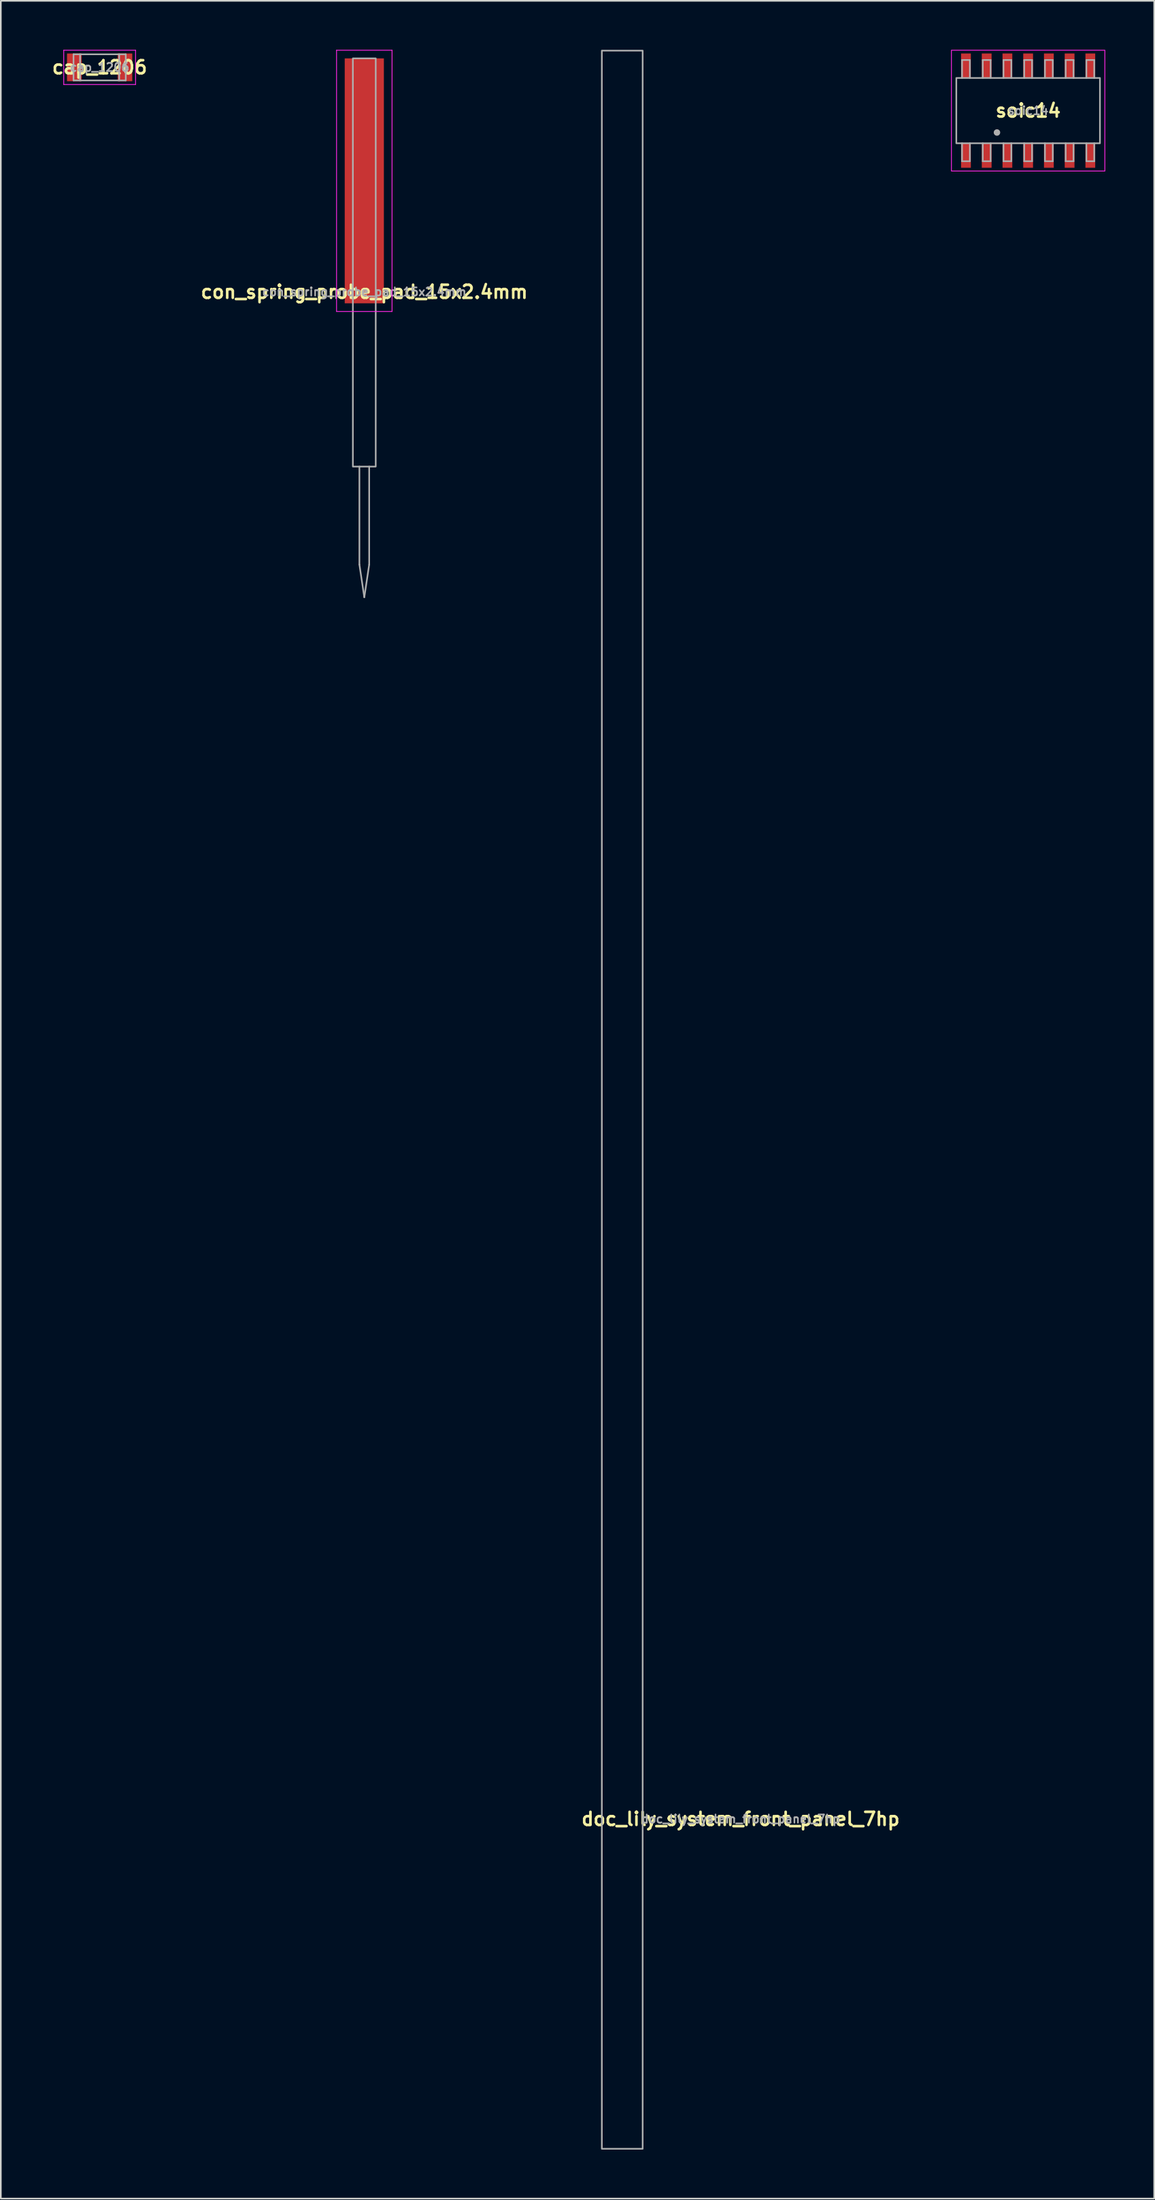
<source format=kicad_pcb>
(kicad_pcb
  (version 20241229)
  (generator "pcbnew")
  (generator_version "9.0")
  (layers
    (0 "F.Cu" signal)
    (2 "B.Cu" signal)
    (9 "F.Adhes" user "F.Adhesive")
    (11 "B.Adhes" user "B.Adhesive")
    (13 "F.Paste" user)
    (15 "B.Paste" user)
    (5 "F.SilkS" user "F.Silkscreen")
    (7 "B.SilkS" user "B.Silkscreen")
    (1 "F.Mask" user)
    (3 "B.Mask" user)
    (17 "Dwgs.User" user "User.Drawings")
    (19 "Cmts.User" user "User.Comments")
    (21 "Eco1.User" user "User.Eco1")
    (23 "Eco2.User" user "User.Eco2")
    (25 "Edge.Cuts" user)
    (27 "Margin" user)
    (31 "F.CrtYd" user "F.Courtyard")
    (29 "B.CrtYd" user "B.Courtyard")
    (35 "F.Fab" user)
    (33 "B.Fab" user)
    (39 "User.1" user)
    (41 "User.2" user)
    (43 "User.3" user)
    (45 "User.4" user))
  (footprint "doc_lily_system_front_panel_7hp"
    (layer "F.Cu")
    (at 42.324 108.35)
    (property "Reference" "doc_lily_system_front_panel_7hp" (at 0 0 0) (unlocked yes) (layer "F.SilkS") (effects (font (size 0.8 0.8) (thickness 0.16))))
    (attr exclude_from_pos_files exclude_from_bom allow_missing_courtyard)
    (fp_rect (start -8.5 -108.3) (end -6 20.2) (stroke (width 0.1) (type solid)) (fill no) (layer "F.Fab"))
    (fp_text user "${REFERENCE}" (at 0 0 0) (layer "F.Fab") (effects (font (size 0.5 0.5) (thickness 0.1)))))
  (footprint "cap_1206"
    (layer "F.Cu")
    (at 3.055 1.075)
    (property "Reference" "cap_1206" (at 0 0 0) (layer "F.SilkS") (effects (font (size 0.8 0.8) (thickness 0.16))))
    (attr smd)
    (fp_line (start -2.2 -1.05) (end 2.2 -1.05) (stroke (width 0.05) (type solid)) (layer "F.CrtYd"))
    (fp_line (start -2.2 1.05) (end -2.2 -1.05) (stroke (width 0.05) (type solid)) (layer "F.CrtYd"))
    (fp_line (start 2.2 -1.05) (end 2.2 1.05) (stroke (width 0.05) (type solid)) (layer "F.CrtYd"))
    (fp_line (start 2.2 1.05) (end -2.2 1.05) (stroke (width 0.05) (type solid)) (layer "F.CrtYd"))
    (fp_line (start -1.6 -0.8) (end 1.6 -0.8) (stroke (width 0.1) (type solid)) (layer "F.Fab"))
    (fp_line (start -1.6 0.8) (end -1.6 -0.8) (stroke (width 0.1) (type solid)) (layer "F.Fab"))
    (fp_line (start -1.2 -0.8) (end -1.2 0.8) (stroke (width 0.1) (type solid)) (layer "F.Fab"))
    (fp_line (start 1.2 -0.8) (end 1.2 0.8) (stroke (width 0.1) (type solid)) (layer "F.Fab"))
    (fp_line (start 1.6 -0.8) (end 1.6 0.8) (stroke (width 0.1) (type solid)) (layer "F.Fab"))
    (fp_line (start 1.6 0.8) (end -1.6 0.8) (stroke (width 0.1) (type solid)) (layer "F.Fab"))
    (fp_text user "${REFERENCE}" (at 0 0 0) (layer "F.Fab") (effects (font (size 0.5 0.5) (thickness 0.1))))
    (pad "1" smd rect (at -1.55 0) (size 0.9 1.7) (layers "F.Cu" "F.Mask" "F.Paste"))
    (pad "2" smd rect (at 1.55 0) (size 0.9 1.7) (layers "F.Cu" "F.Mask" "F.Paste")))
  (footprint "soic14"
    (layer "F.Cu")
    (at 59.942 3.725)
    (property "Reference" "soic14" (at 0 0 0) (unlocked yes) (layer "F.SilkS") (effects (font (size 0.8 0.8) (thickness 0.16))))
    (attr smd)
    (fp_rect (start -4.7 -3.7) (end 4.7 3.7) (stroke (width 0.05) (type solid)) (fill no) (layer "F.CrtYd"))
    (fp_line (start -4.05 -3.1) (end -4.05 -2) (stroke (width 0.1) (type solid)) (layer "F.Fab"))
    (fp_line (start -4.05 2) (end -4.05 3.1) (stroke (width 0.1) (type solid)) (layer "F.Fab"))
    (fp_line (start -4.05 3.1) (end -3.57 3.1) (stroke (width 0.1) (type solid)) (layer "F.Fab"))
    (fp_line (start -3.57 -3.1) (end -4.05 -3.1) (stroke (width 0.1) (type solid)) (layer "F.Fab"))
    (fp_line (start -3.57 -2) (end -3.57 -3.1) (stroke (width 0.1) (type solid)) (layer "F.Fab"))
    (fp_line (start -3.57 3.1) (end -3.57 2) (stroke (width 0.1) (type solid)) (layer "F.Fab"))
    (fp_line (start -2.78 -3.1) (end -2.78 -2) (stroke (width 0.1) (type solid)) (layer "F.Fab"))
    (fp_line (start -2.78 2) (end -2.78 3.1) (stroke (width 0.1) (type solid)) (layer "F.Fab"))
    (fp_line (start -2.78 3.1) (end -2.3 3.1) (stroke (width 0.1) (type solid)) (layer "F.Fab"))
    (fp_line (start -2.3 -3.1) (end -2.78 -3.1) (stroke (width 0.1) (type solid)) (layer "F.Fab"))
    (fp_line (start -2.3 -2) (end -2.3 -3.1) (stroke (width 0.1) (type solid)) (layer "F.Fab"))
    (fp_line (start -2.3 3.1) (end -2.3 2) (stroke (width 0.1) (type solid)) (layer "F.Fab"))
    (fp_line (start -1.51 -3.1) (end -1.51 -2) (stroke (width 0.1) (type solid)) (layer "F.Fab"))
    (fp_line (start -1.51 2) (end -1.51 3.1) (stroke (width 0.1) (type solid)) (layer "F.Fab"))
    (fp_line (start -1.51 3.1) (end -1.03 3.1) (stroke (width 0.1) (type solid)) (layer "F.Fab"))
    (fp_line (start -1.03 -3.1) (end -1.51 -3.1) (stroke (width 0.1) (type solid)) (layer "F.Fab"))
    (fp_line (start -1.03 -2) (end -1.03 -3.1) (stroke (width 0.1) (type solid)) (layer "F.Fab"))
    (fp_line (start -1.03 3.1) (end -1.03 2) (stroke (width 0.1) (type solid)) (layer "F.Fab"))
    (fp_line (start -0.24 -3.1) (end -0.24 -2) (stroke (width 0.1) (type solid)) (layer "F.Fab"))
    (fp_line (start -0.24 2) (end -0.24 3.1) (stroke (width 0.1) (type solid)) (layer "F.Fab"))
    (fp_line (start -0.24 3.1) (end 0.24 3.1) (stroke (width 0.1) (type solid)) (layer "F.Fab"))
    (fp_line (start 0.24 -3.1) (end -0.24 -3.1) (stroke (width 0.1) (type solid)) (layer "F.Fab"))
    (fp_line (start 0.24 -2) (end 0.24 -3.1) (stroke (width 0.1) (type solid)) (layer "F.Fab"))
    (fp_line (start 0.24 3.1) (end 0.24 2) (stroke (width 0.1) (type solid)) (layer "F.Fab"))
    (fp_line (start 1.03 -3.1) (end 1.03 -2) (stroke (width 0.1) (type solid)) (layer "F.Fab"))
    (fp_line (start 1.03 2) (end 1.03 3.1) (stroke (width 0.1) (type solid)) (layer "F.Fab"))
    (fp_line (start 1.03 3.1) (end 1.51 3.1) (stroke (width 0.1) (type solid)) (layer "F.Fab"))
    (fp_line (start 1.51 -3.1) (end 1.03 -3.1) (stroke (width 0.1) (type solid)) (layer "F.Fab"))
    (fp_line (start 1.51 -2) (end 1.51 -3.1) (stroke (width 0.1) (type solid)) (layer "F.Fab"))
    (fp_line (start 1.51 3.1) (end 1.51 2) (stroke (width 0.1) (type solid)) (layer "F.Fab"))
    (fp_line (start 2.3 -3.1) (end 2.3 -2) (stroke (width 0.1) (type solid)) (layer "F.Fab"))
    (fp_line (start 2.3 2) (end 2.3 3.1) (stroke (width 0.1) (type solid)) (layer "F.Fab"))
    (fp_line (start 2.3 3.1) (end 2.78 3.1) (stroke (width 0.1) (type solid)) (layer "F.Fab"))
    (fp_line (start 2.78 -3.1) (end 2.3 -3.1) (stroke (width 0.1) (type solid)) (layer "F.Fab"))
    (fp_line (start 2.78 -2) (end 2.78 -3.1) (stroke (width 0.1) (type solid)) (layer "F.Fab"))
    (fp_line (start 2.78 3.1) (end 2.78 2) (stroke (width 0.1) (type solid)) (layer "F.Fab"))
    (fp_line (start 3.57 -3.1) (end 3.57 -2) (stroke (width 0.1) (type solid)) (layer "F.Fab"))
    (fp_line (start 3.57 2) (end 3.57 3.1) (stroke (width 0.1) (type solid)) (layer "F.Fab"))
    (fp_line (start 3.57 3.1) (end 4.05 3.1) (stroke (width 0.1) (type solid)) (layer "F.Fab"))
    (fp_line (start 4.05 -3.1) (end 3.57 -3.1) (stroke (width 0.1) (type solid)) (layer "F.Fab"))
    (fp_line (start 4.05 -2) (end 4.05 -3.1) (stroke (width 0.1) (type solid)) (layer "F.Fab"))
    (fp_line (start 4.05 3.1) (end 4.05 2) (stroke (width 0.1) (type solid)) (layer "F.Fab"))
    (fp_rect (start -4.4 -2) (end 4.4 2) (stroke (width 0.1) (type solid)) (fill no) (layer "F.Fab"))
    (fp_circle (center -1.91 1.34) (end -1.81 1.34) (stroke (width 0.2) (type solid)) (fill no) (layer "F.Fab"))
    (fp_text user "${REFERENCE}" (at 0 0 0) (unlocked yes) (layer "F.Fab") (effects (font (size 0.5 0.5) (thickness 0.1) (bold yes))))
    (pad "1" smd rect (at -3.81 2.75) (size 0.6 1.5) (layers "F.Cu" "F.Mask" "F.Paste"))
    (pad "2" smd rect (at -2.54 2.75) (size 0.6 1.5) (layers "F.Cu" "F.Mask" "F.Paste"))
    (pad "3" smd rect (at -1.27 2.75) (size 0.6 1.5) (layers "F.Cu" "F.Mask" "F.Paste"))
    (pad "4" smd rect (at 0 2.75) (size 0.6 1.5) (layers "F.Cu" "F.Mask" "F.Paste"))
    (pad "5" smd rect (at 1.27 2.75) (size 0.6 1.5) (layers "F.Cu" "F.Mask" "F.Paste"))
    (pad "6" smd rect (at 2.54 2.75) (size 0.6 1.5) (layers "F.Cu" "F.Mask" "F.Paste"))
    (pad "7" smd rect (at 3.81 2.75) (size 0.6 1.5) (layers "F.Cu" "F.Mask" "F.Paste"))
    (pad "8" smd rect (at 3.81 -2.75) (size 0.6 1.5) (layers "F.Cu" "F.Mask" "F.Paste"))
    (pad "9" smd rect (at 2.54 -2.75) (size 0.6 1.5) (layers "F.Cu" "F.Mask" "F.Paste"))
    (pad "10" smd rect (at 1.27 -2.75) (size 0.6 1.5) (layers "F.Cu" "F.Mask" "F.Paste"))
    (pad "11" smd rect (at 0 -2.75) (size 0.6 1.5) (layers "F.Cu" "F.Mask" "F.Paste"))
    (pad "12" smd rect (at -1.27 -2.75) (size 0.6 1.5) (layers "F.Cu" "F.Mask" "F.Paste"))
    (pad "13" smd rect (at -2.54 -2.75) (size 0.6 1.5) (layers "F.Cu" "F.Mask" "F.Paste"))
    (pad "14" smd rect (at -3.81 -2.75) (size 0.6 1.5) (layers "F.Cu" "F.Mask" "F.Paste")))
  (footprint "con_spring_probe_pad_15x2.4mm"
    (layer "F.Cu")
    (at 19.27 16.025)
    (property "Reference" "con_spring_probe_pad_15x2.4mm" (at 0 -1.2 0) (layer "F.SilkS") (effects (font (size 0.8 0.8) (thickness 0.16))))
    (attr through_hole exclude_from_pos_files)
    (fp_line (start -1.7 -16) (end -1.7 0) (stroke (width 0.05) (type solid)) (layer "F.CrtYd"))
    (fp_line (start -1.7 0) (end 1.7 0) (stroke (width 0.05) (type solid)) (layer "F.CrtYd"))
    (fp_line (start 1.7 -16) (end -1.7 -16) (stroke (width 0.05) (type solid)) (layer "F.CrtYd"))
    (fp_line (start 1.7 0) (end 1.7 -16) (stroke (width 0.05) (type solid)) (layer "F.CrtYd"))
    (fp_line (start -0.3 9.5) (end -0.3 15.5) (stroke (width 0.1) (type default)) (layer "F.Fab"))
    (fp_line (start -0.3 15.5) (end 0 17.5) (stroke (width 0.1) (type default)) (layer "F.Fab"))
    (fp_line (start 0 17.5) (end 0.3 15.5) (stroke (width 0.1) (type default)) (layer "F.Fab"))
    (fp_line (start 0.3 15.5) (end 0.3 9.5) (stroke (width 0.1) (type default)) (layer "F.Fab"))
    (fp_rect (start -0.7 -15.5) (end 0.7 9.5) (stroke (width 0.1) (type default)) (fill no) (layer "F.Fab"))
    (fp_text user "${REFERENCE}" (at 0 -1.2 0) (layer "F.Fab") (effects (font (size 0.5 0.5) (thickness 0.1) (bold yes))))
    (pad "1" smd rect (at 0 -15) (size 2.4 15) (drill (offset 0 7)) (layers "F.Cu" "F.Mask" "F.Paste")))
  (gr_rect
    (start -3 -3)
    (end 67.667 131.6)
    (stroke (width 0.1) (type default))
    (fill no)
    (layer "Edge.Cuts")))
</source>
